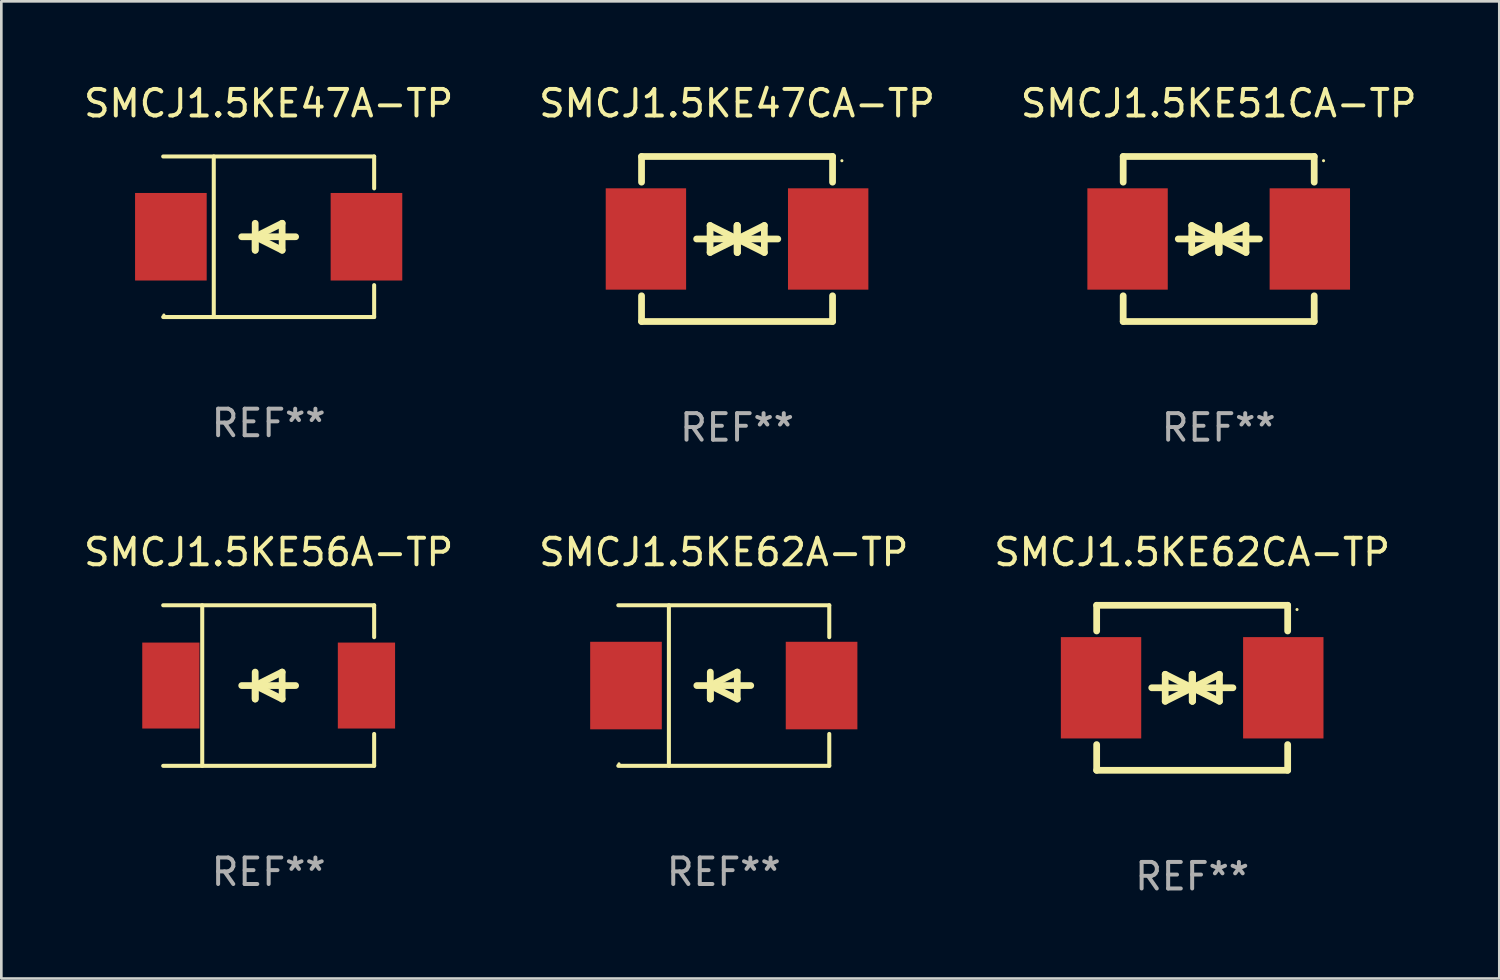
<source format=kicad_pcb>
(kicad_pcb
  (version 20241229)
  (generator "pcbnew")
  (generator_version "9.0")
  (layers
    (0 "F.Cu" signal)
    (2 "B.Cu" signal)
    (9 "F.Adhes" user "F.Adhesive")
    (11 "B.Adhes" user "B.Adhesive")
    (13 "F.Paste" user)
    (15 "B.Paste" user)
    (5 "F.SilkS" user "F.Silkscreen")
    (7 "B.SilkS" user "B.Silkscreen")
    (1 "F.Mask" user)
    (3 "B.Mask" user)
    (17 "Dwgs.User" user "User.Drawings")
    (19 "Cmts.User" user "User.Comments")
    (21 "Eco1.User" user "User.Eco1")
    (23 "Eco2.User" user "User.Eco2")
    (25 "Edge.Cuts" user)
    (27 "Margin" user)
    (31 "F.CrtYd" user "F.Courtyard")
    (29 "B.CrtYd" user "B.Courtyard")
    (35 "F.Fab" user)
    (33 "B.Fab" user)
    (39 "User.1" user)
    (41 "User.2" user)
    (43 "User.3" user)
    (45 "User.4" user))
  (footprint "SMCJ1.5KE47CA-TP"
    (layer "F.Cu")
    (at 24.732 5.958)
    (property "Reference" "SMCJ1.5KE47CA-TP" (at 0 -5.11 0) (layer "F.SilkS") (effects (font (size 1 1) (thickness 0.15))))
    (attr through_hole)
    (fp_line (start -3.6 -2.141) (end -3.6 -3.11) (stroke (width 0.254) (type solid)) (layer "F.SilkS"))
    (fp_line (start -3.6 3.11) (end -3.6 2.141) (stroke (width 0.254) (type solid)) (layer "F.SilkS"))
    (fp_line (start -1.524 0) (end 0.508 0) (stroke (width 0.254) (type solid)) (layer "F.SilkS"))
    (fp_line (start -1.016 -0.508) (end -1.016 0.508) (stroke (width 0.254) (type solid)) (layer "F.SilkS"))
    (fp_line (start -1.016 0.508) (end 0 0) (stroke (width 0.254) (type solid)) (layer "F.SilkS"))
    (fp_line (start 0 -0.508) (end 0 0.508) (stroke (width 0.254) (type solid)) (layer "F.SilkS"))
    (fp_line (start 0 0) (end -1.016 -0.508) (stroke (width 0.254) (type solid)) (layer "F.SilkS"))
    (fp_line (start 0 0) (end 0 -0.508) (stroke (width 0.254) (type solid)) (layer "F.SilkS"))
    (fp_line (start 0.012 0) (end 0.012 0.508) (stroke (width 0.254) (type solid)) (layer "F.SilkS"))
    (fp_line (start 0.012 0) (end 1.028 0.508) (stroke (width 0.254) (type solid)) (layer "F.SilkS"))
    (fp_line (start 0.012 0.508) (end 0.012 -0.508) (stroke (width 0.254) (type solid)) (layer "F.SilkS"))
    (fp_line (start 1.028 -0.508) (end 0.012 0) (stroke (width 0.254) (type solid)) (layer "F.SilkS"))
    (fp_line (start 1.028 0.508) (end 1.028 -0.508) (stroke (width 0.254) (type solid)) (layer "F.SilkS"))
    (fp_line (start 1.536 0) (end -0.496 0) (stroke (width 0.254) (type solid)) (layer "F.SilkS"))
    (fp_line (start 3.6 -3.11) (end -3.6 -3.11) (stroke (width 0.254) (type solid)) (layer "F.SilkS"))
    (fp_line (start 3.6 -2.141) (end 3.6 -3.11) (stroke (width 0.254) (type solid)) (layer "F.SilkS"))
    (fp_line (start 3.6 3.11) (end -3.6 3.11) (stroke (width 0.254) (type solid)) (layer "F.SilkS"))
    (fp_line (start 3.6 3.11) (end 3.6 2.141) (stroke (width 0.254) (type solid)) (layer "F.SilkS"))
    (fp_circle (center 3.952 -2.95) (end 3.982 -2.95) (stroke (width 0.06) (type solid)) (fill no) (layer "F.SilkS"))
    (fp_text user "REF**" (at 0 7.11 0) (layer "F.Fab") (effects (font (size 1 1) (thickness 0.15))))
    (pad "1" smd rect (at 3.435 0) (size 3.03 3.82) (layers "F.Cu" "F.Mask" "F.Paste"))
    (pad "2" smd rect (at -3.435 0) (size 3.03 3.82) (layers "F.Cu" "F.Mask" "F.Paste")))
  (footprint "SMCJ1.5KE62A-TP"
    (layer "F.Cu")
    (at 24.232 22.791)
    (property "Reference" "SMCJ1.5KE62A-TP" (at 0 -5.026 0) (layer "F.SilkS") (effects (font (size 1 1) (thickness 0.15))))
    (attr through_hole)
    (fp_line (start -3.976 -3.026) (end 3.976 -3.026) (stroke (width 0.152) (type solid)) (layer "F.SilkS"))
    (fp_line (start -3.976 3.026) (end 3.976 3.026) (stroke (width 0.152) (type solid)) (layer "F.SilkS"))
    (fp_line (start -2.069 -3.026) (end -2.069 3.026) (stroke (width 0.152) (type solid)) (layer "F.SilkS"))
    (fp_line (start -0.508 0) (end -0.508 0.508) (stroke (width 0.254) (type solid)) (layer "F.SilkS"))
    (fp_line (start -0.508 0) (end 0.508 0.508) (stroke (width 0.254) (type solid)) (layer "F.SilkS"))
    (fp_line (start -0.508 0.508) (end -0.508 -0.508) (stroke (width 0.254) (type solid)) (layer "F.SilkS"))
    (fp_line (start 0.508 -0.508) (end -0.508 0) (stroke (width 0.254) (type solid)) (layer "F.SilkS"))
    (fp_line (start 0.508 0.508) (end 0.508 -0.508) (stroke (width 0.254) (type solid)) (layer "F.SilkS"))
    (fp_line (start 1.016 0) (end -1.016 0) (stroke (width 0.254) (type solid)) (layer "F.SilkS"))
    (fp_line (start 3.976 -3.026) (end 3.976 -1.823) (stroke (width 0.152) (type solid)) (layer "F.SilkS"))
    (fp_line (start 3.976 3.026) (end 3.976 1.823) (stroke (width 0.152) (type solid)) (layer "F.SilkS"))
    (fp_circle (center -3.95 2.95) (end -3.92 2.95) (stroke (width 0.06) (type solid)) (fill no) (layer "F.SilkS"))
    (fp_text user "REF**" (at 0 7.026 0) (layer "F.Fab") (effects (font (size 1 1) (thickness 0.15))))
    (pad "1" smd rect (at -3.686 0) (size 2.7 3.3) (layers "F.Cu" "F.Mask" "F.Paste"))
    (pad "2" smd rect (at 3.686 0) (size 2.7 3.3) (layers "F.Cu" "F.Mask" "F.Paste")))
  (footprint "SMCJ1.5KE47A-TP"
    (layer "F.Cu")
    (at 7.077 5.874)
    (property "Reference" "SMCJ1.5KE47A-TP" (at 0 -5.026 0) (layer "F.SilkS") (effects (font (size 1 1) (thickness 0.15))))
    (attr through_hole)
    (fp_line (start -3.976 -3.026) (end 3.976 -3.026) (stroke (width 0.152) (type solid)) (layer "F.SilkS"))
    (fp_line (start -3.976 3.026) (end 3.976 3.026) (stroke (width 0.152) (type solid)) (layer "F.SilkS"))
    (fp_line (start -2.069 -3.026) (end -2.069 3.026) (stroke (width 0.152) (type solid)) (layer "F.SilkS"))
    (fp_line (start -0.508 0) (end -0.508 0.508) (stroke (width 0.254) (type solid)) (layer "F.SilkS"))
    (fp_line (start -0.508 0) (end 0.508 0.508) (stroke (width 0.254) (type solid)) (layer "F.SilkS"))
    (fp_line (start -0.508 0.508) (end -0.508 -0.508) (stroke (width 0.254) (type solid)) (layer "F.SilkS"))
    (fp_line (start 0.508 -0.508) (end -0.508 0) (stroke (width 0.254) (type solid)) (layer "F.SilkS"))
    (fp_line (start 0.508 0.508) (end 0.508 -0.508) (stroke (width 0.254) (type solid)) (layer "F.SilkS"))
    (fp_line (start 1.016 0) (end -1.016 0) (stroke (width 0.254) (type solid)) (layer "F.SilkS"))
    (fp_line (start 3.976 -3.026) (end 3.976 -1.823) (stroke (width 0.152) (type solid)) (layer "F.SilkS"))
    (fp_line (start 3.976 3.026) (end 3.976 1.823) (stroke (width 0.152) (type solid)) (layer "F.SilkS"))
    (fp_circle (center -3.95 2.95) (end -3.92 2.95) (stroke (width 0.06) (type solid)) (fill no) (layer "F.SilkS"))
    (fp_text user "REF**" (at 0 7.026 0) (layer "F.Fab") (effects (font (size 1 1) (thickness 0.15))))
    (pad "1" smd rect (at -3.686 0) (size 2.7 3.3) (layers "F.Cu" "F.Mask" "F.Paste"))
    (pad "2" smd rect (at 3.686 0) (size 2.7 3.3) (layers "F.Cu" "F.Mask" "F.Paste")))
  (footprint "SMCJ1.5KE51CA-TP"
    (layer "F.Cu")
    (at 42.887 5.958)
    (property "Reference" "SMCJ1.5KE51CA-TP" (at 0 -5.11 0) (layer "F.SilkS") (effects (font (size 1 1) (thickness 0.15))))
    (attr through_hole)
    (fp_line (start -3.6 -2.141) (end -3.6 -3.11) (stroke (width 0.254) (type solid)) (layer "F.SilkS"))
    (fp_line (start -3.6 3.11) (end -3.6 2.141) (stroke (width 0.254) (type solid)) (layer "F.SilkS"))
    (fp_line (start -1.524 0) (end 0.508 0) (stroke (width 0.254) (type solid)) (layer "F.SilkS"))
    (fp_line (start -1.016 -0.508) (end -1.016 0.508) (stroke (width 0.254) (type solid)) (layer "F.SilkS"))
    (fp_line (start -1.016 0.508) (end 0 0) (stroke (width 0.254) (type solid)) (layer "F.SilkS"))
    (fp_line (start 0 -0.508) (end 0 0.508) (stroke (width 0.254) (type solid)) (layer "F.SilkS"))
    (fp_line (start 0 0) (end -1.016 -0.508) (stroke (width 0.254) (type solid)) (layer "F.SilkS"))
    (fp_line (start 0 0) (end 0 -0.508) (stroke (width 0.254) (type solid)) (layer "F.SilkS"))
    (fp_line (start 0.012 0) (end 0.012 0.508) (stroke (width 0.254) (type solid)) (layer "F.SilkS"))
    (fp_line (start 0.012 0) (end 1.028 0.508) (stroke (width 0.254) (type solid)) (layer "F.SilkS"))
    (fp_line (start 0.012 0.508) (end 0.012 -0.508) (stroke (width 0.254) (type solid)) (layer "F.SilkS"))
    (fp_line (start 1.028 -0.508) (end 0.012 0) (stroke (width 0.254) (type solid)) (layer "F.SilkS"))
    (fp_line (start 1.028 0.508) (end 1.028 -0.508) (stroke (width 0.254) (type solid)) (layer "F.SilkS"))
    (fp_line (start 1.536 0) (end -0.496 0) (stroke (width 0.254) (type solid)) (layer "F.SilkS"))
    (fp_line (start 3.6 -3.11) (end -3.6 -3.11) (stroke (width 0.254) (type solid)) (layer "F.SilkS"))
    (fp_line (start 3.6 -2.141) (end 3.6 -3.11) (stroke (width 0.254) (type solid)) (layer "F.SilkS"))
    (fp_line (start 3.6 3.11) (end -3.6 3.11) (stroke (width 0.254) (type solid)) (layer "F.SilkS"))
    (fp_line (start 3.6 3.11) (end 3.6 2.141) (stroke (width 0.254) (type solid)) (layer "F.SilkS"))
    (fp_circle (center 3.952 -2.95) (end 3.982 -2.95) (stroke (width 0.06) (type solid)) (fill no) (layer "F.SilkS"))
    (fp_text user "REF**" (at 0 7.11 0) (layer "F.Fab") (effects (font (size 1 1) (thickness 0.15))))
    (pad "1" smd rect (at 3.435 0) (size 3.03 3.82) (layers "F.Cu" "F.Mask" "F.Paste"))
    (pad "2" smd rect (at -3.435 0) (size 3.03 3.82) (layers "F.Cu" "F.Mask" "F.Paste")))
  (footprint "SMCJ1.5KE62CA-TP"
    (layer "F.Cu")
    (at 41.887 22.875)
    (property "Reference" "SMCJ1.5KE62CA-TP" (at 0 -5.11 0) (layer "F.SilkS") (effects (font (size 1 1) (thickness 0.15))))
    (attr through_hole)
    (fp_line (start -3.6 -2.141) (end -3.6 -3.11) (stroke (width 0.254) (type solid)) (layer "F.SilkS"))
    (fp_line (start -3.6 3.11) (end -3.6 2.141) (stroke (width 0.254) (type solid)) (layer "F.SilkS"))
    (fp_line (start -1.524 0) (end 0.508 0) (stroke (width 0.254) (type solid)) (layer "F.SilkS"))
    (fp_line (start -1.016 -0.508) (end -1.016 0.508) (stroke (width 0.254) (type solid)) (layer "F.SilkS"))
    (fp_line (start -1.016 0.508) (end 0 0) (stroke (width 0.254) (type solid)) (layer "F.SilkS"))
    (fp_line (start 0 -0.508) (end 0 0.508) (stroke (width 0.254) (type solid)) (layer "F.SilkS"))
    (fp_line (start 0 0) (end -1.016 -0.508) (stroke (width 0.254) (type solid)) (layer "F.SilkS"))
    (fp_line (start 0 0) (end 0 -0.508) (stroke (width 0.254) (type solid)) (layer "F.SilkS"))
    (fp_line (start 0.012 0) (end 0.012 0.508) (stroke (width 0.254) (type solid)) (layer "F.SilkS"))
    (fp_line (start 0.012 0) (end 1.028 0.508) (stroke (width 0.254) (type solid)) (layer "F.SilkS"))
    (fp_line (start 0.012 0.508) (end 0.012 -0.508) (stroke (width 0.254) (type solid)) (layer "F.SilkS"))
    (fp_line (start 1.028 -0.508) (end 0.012 0) (stroke (width 0.254) (type solid)) (layer "F.SilkS"))
    (fp_line (start 1.028 0.508) (end 1.028 -0.508) (stroke (width 0.254) (type solid)) (layer "F.SilkS"))
    (fp_line (start 1.536 0) (end -0.496 0) (stroke (width 0.254) (type solid)) (layer "F.SilkS"))
    (fp_line (start 3.6 -3.11) (end -3.6 -3.11) (stroke (width 0.254) (type solid)) (layer "F.SilkS"))
    (fp_line (start 3.6 -2.141) (end 3.6 -3.11) (stroke (width 0.254) (type solid)) (layer "F.SilkS"))
    (fp_line (start 3.6 3.11) (end -3.6 3.11) (stroke (width 0.254) (type solid)) (layer "F.SilkS"))
    (fp_line (start 3.6 3.11) (end 3.6 2.141) (stroke (width 0.254) (type solid)) (layer "F.SilkS"))
    (fp_circle (center 3.952 -2.95) (end 3.982 -2.95) (stroke (width 0.06) (type solid)) (fill no) (layer "F.SilkS"))
    (fp_text user "REF**" (at 0 7.11 0) (layer "F.Fab") (effects (font (size 1 1) (thickness 0.15))))
    (pad "1" smd rect (at 3.435 0) (size 3.03 3.82) (layers "F.Cu" "F.Mask" "F.Paste"))
    (pad "2" smd rect (at -3.435 0) (size 3.03 3.82) (layers "F.Cu" "F.Mask" "F.Paste")))
  (footprint "SMCJ1.5KE56A-TP"
    (layer "F.Cu")
    (at 7.077 22.791)
    (property "Reference" "SMCJ1.5KE56A-TP" (at 0 -5.026 0) (layer "F.SilkS") (effects (font (size 1 1) (thickness 0.15))))
    (attr through_hole)
    (fp_line (start -3.976 -3.026) (end 3.976 -3.026) (stroke (width 0.152) (type solid)) (layer "F.SilkS"))
    (fp_line (start -3.976 3.026) (end 3.976 3.026) (stroke (width 0.152) (type solid)) (layer "F.SilkS"))
    (fp_line (start -2.504 -3.026) (end -2.504 3.026) (stroke (width 0.152) (type solid)) (layer "F.SilkS"))
    (fp_line (start -0.508 0) (end -0.508 0.508) (stroke (width 0.254) (type solid)) (layer "F.SilkS"))
    (fp_line (start -0.508 0) (end 0.508 0.508) (stroke (width 0.254) (type solid)) (layer "F.SilkS"))
    (fp_line (start -0.508 0.508) (end -0.508 -0.508) (stroke (width 0.254) (type solid)) (layer "F.SilkS"))
    (fp_line (start 0.508 -0.508) (end -0.508 0) (stroke (width 0.254) (type solid)) (layer "F.SilkS"))
    (fp_line (start 0.508 0.508) (end 0.508 -0.508) (stroke (width 0.254) (type solid)) (layer "F.SilkS"))
    (fp_line (start 1.016 0) (end -1.016 0) (stroke (width 0.254) (type solid)) (layer "F.SilkS"))
    (fp_line (start 3.976 -3.026) (end 3.976 -1.823) (stroke (width 0.152) (type solid)) (layer "F.SilkS"))
    (fp_line (start 3.976 3.026) (end 3.976 1.823) (stroke (width 0.152) (type solid)) (layer "F.SilkS"))
    (fp_circle (center 3.95 -2.95) (end 3.98 -2.95) (stroke (width 0.06) (type solid)) (fill no) (layer "F.SilkS"))
    (fp_text user "REF**" (at 0 7.026 0) (layer "F.Fab") (effects (font (size 1 1) (thickness 0.15))))
    (pad "1" smd rect (at 3.686 0 180) (size 2.158 3.24) (layers "F.Cu" "F.Mask" "F.Paste"))
    (pad "2" smd rect (at -3.686 0 180) (size 2.158 3.24) (layers "F.Cu" "F.Mask" "F.Paste")))
  (gr_rect
    (start -3 -3)
    (end 53.464 33.833)
    (stroke (width 0.1) (type default))
    (fill no)
    (layer "Edge.Cuts")))
</source>
